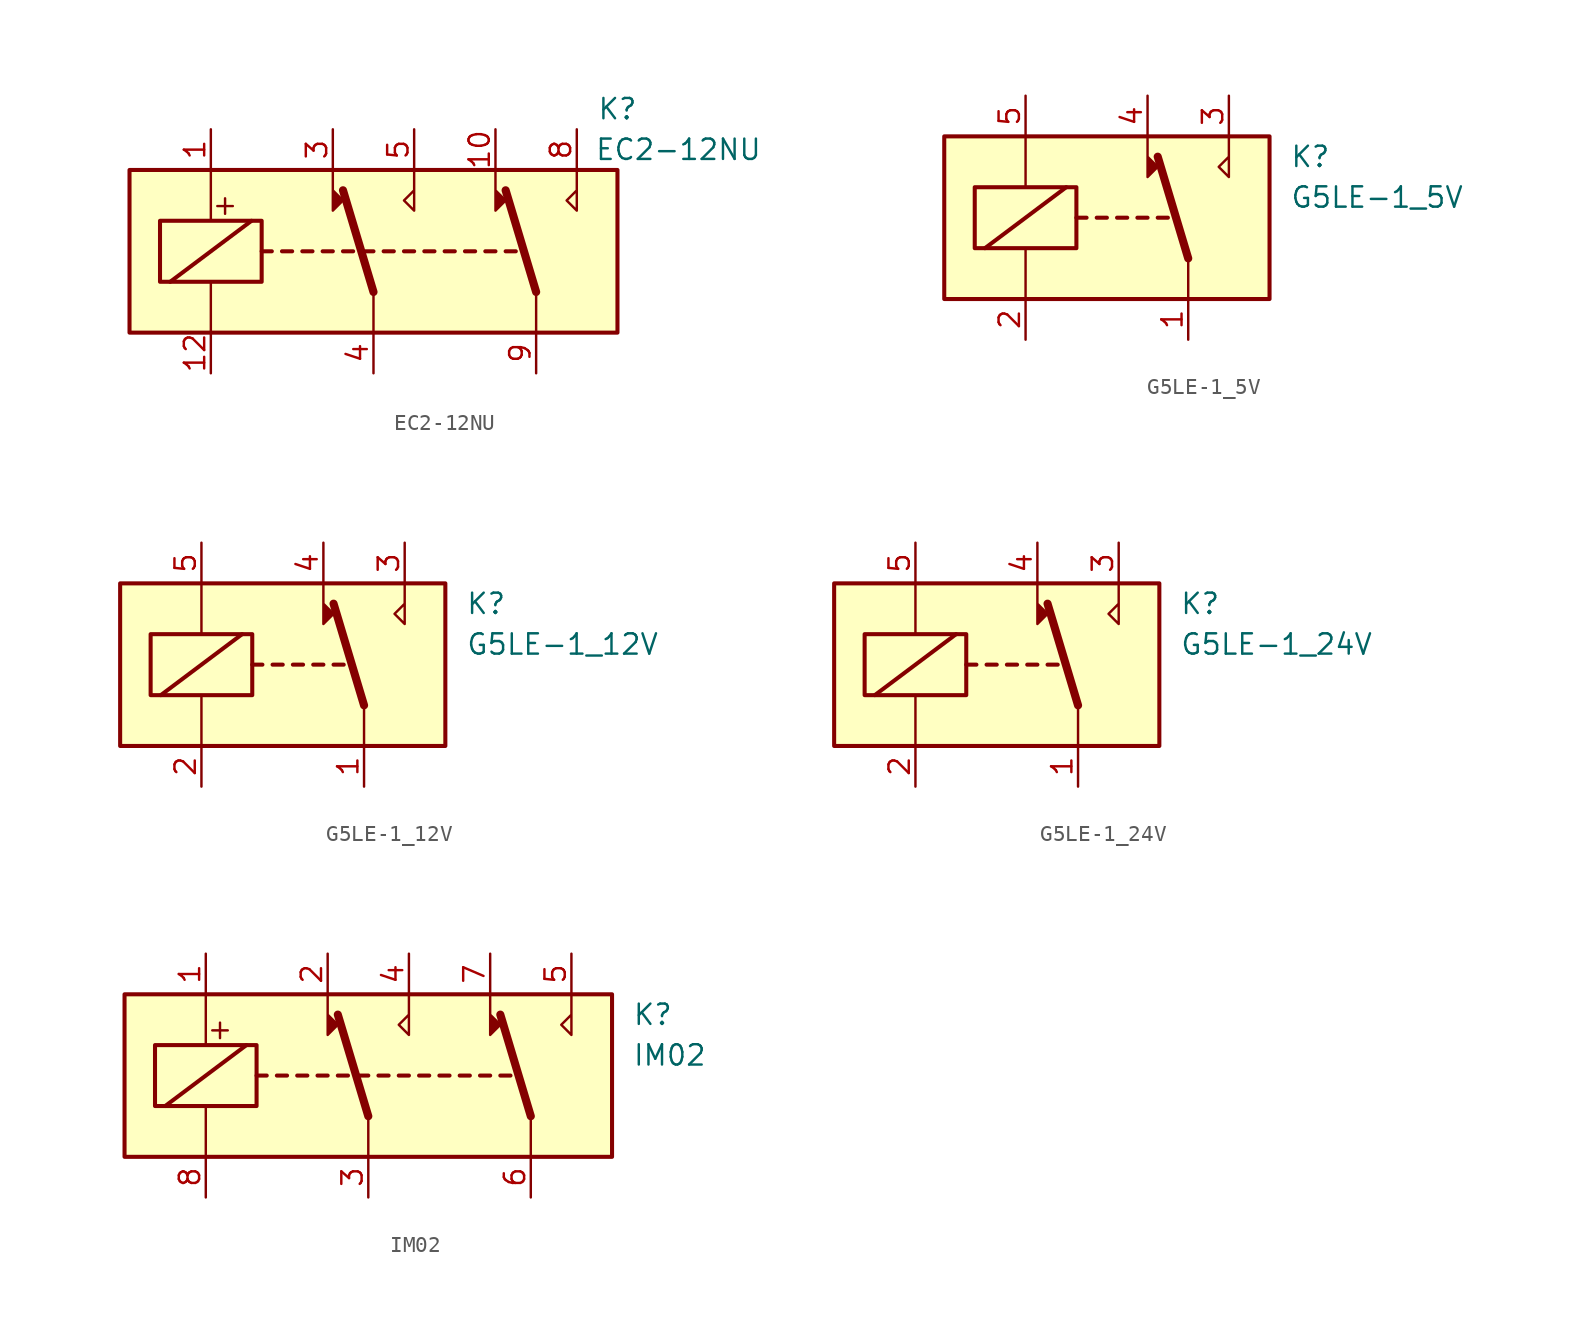
<source format=kicad_sym>
(kicad_symbol_lib
  (version 20231120)
  (generator "kicad_symbol_editor")
  (generator_version "8.0")
  (symbol "EC2-12NU"
    (property "Reference" "K"
      (at 15.24 8.89 0)
      (effects (font (size 1.27 1.27))))
    (property "Value" "EC2-12NU"
      (at 19.05 6.35 0)
      (effects (font (size 1.27 1.27))))
    (symbol "EC2-12NU_1_1"
      (rectangle (start -15.24 5.08) (end 15.24 -5.08) (stroke (width 0.254) (type default)) (fill (type background)))
      (rectangle (start -13.335 1.905) (end -6.985 -1.905) (stroke (width 0.254) (type default)) (fill (type none)))
      (polyline (pts (xy -12.7 -1.905) (xy -7.62 1.905)) (stroke (width 0.254) (type default)) (fill (type none)))
      (polyline (pts (xy -10.16 -5.08) (xy -10.16 -1.905)) (stroke (width 0) (type default)) (fill (type none)))
      (polyline (pts (xy -10.16 5.08) (xy -10.16 1.905)) (stroke (width 0) (type default)) (fill (type none)))
      (polyline (pts (xy -6.985 0) (xy -6.35 0)) (stroke (width 0.254) (type default)) (fill (type none)))
      (polyline (pts (xy -5.715 0) (xy -5.08 0)) (stroke (width 0.254) (type default)) (fill (type none)))
      (polyline (pts (xy -4.445 0) (xy -3.81 0)) (stroke (width 0.254) (type default)) (fill (type none)))
      (polyline (pts (xy -3.175 0) (xy -2.54 0)) (stroke (width 0.254) (type default)) (fill (type none)))
      (polyline (pts (xy -1.905 0) (xy -1.27 0)) (stroke (width 0.254) (type default)) (fill (type none)))
      (polyline (pts (xy -0.635 0) (xy 0 0)) (stroke (width 0.254) (type default)) (fill (type none)))
      (polyline (pts (xy 0 -2.54) (xy -1.905 3.81)) (stroke (width 0.508) (type default)) (fill (type none)))
      (polyline (pts (xy 0 -2.54) (xy 0 -5.08)) (stroke (width 0) (type default)) (fill (type none)))
      (polyline (pts (xy 0.635 0) (xy 1.27 0)) (stroke (width 0.254) (type default)) (fill (type none)))
      (polyline (pts (xy 1.905 0) (xy 2.54 0)) (stroke (width 0.254) (type default)) (fill (type none)))
      (polyline (pts (xy 3.175 0) (xy 3.81 0)) (stroke (width 0.254) (type default)) (fill (type none)))
      (polyline (pts (xy 4.445 0) (xy 5.08 0)) (stroke (width 0.254) (type default)) (fill (type none)))
      (polyline (pts (xy 5.715 0) (xy 6.35 0)) (stroke (width 0.254) (type default)) (fill (type none)))
      (polyline (pts (xy 6.985 0) (xy 7.62 0)) (stroke (width 0.254) (type default)) (fill (type none)))
      (polyline (pts (xy 8.255 0) (xy 8.89 0)) (stroke (width 0.254) (type default)) (fill (type none)))
      (polyline (pts (xy 10.16 -2.54) (xy 8.255 3.81)) (stroke (width 0.508) (type default)) (fill (type none)))
      (polyline (pts (xy 10.16 -2.54) (xy 10.16 -5.08)) (stroke (width 0) (type default)) (fill (type none)))
      (polyline (pts (xy -2.54 5.08) (xy -2.54 2.54) (xy -1.905 3.175) (xy -2.54 3.81)) (stroke (width 0) (type default)) (fill (type outline)))
      (polyline (pts (xy 2.54 5.08) (xy 2.54 2.54) (xy 1.905 3.175) (xy 2.54 3.81)) (stroke (width 0) (type default)) (fill (type none)))
      (polyline (pts (xy 7.62 5.08) (xy 7.62 2.54) (xy 8.255 3.175) (xy 7.62 3.81)) (stroke (width 0) (type default)) (fill (type outline)))
      (polyline (pts (xy 12.7 5.08) (xy 12.7 2.54) (xy 12.065 3.175) (xy 12.7 3.81)) (stroke (width 0) (type default)) (fill (type none)))
      (text "+" (at -9.271 2.921 0) (effects (font (size 1.27 1.27))))
      (pin passive line (at -10.16 7.62 270) (length 2.54) (name "~" (effects (font (size 1.27 1.27)))) (number "1" (effects (font (size 1.27 1.27)))))
      (pin passive line (at 7.62 7.62 270) (length 2.54) (name "~" (effects (font (size 1.27 1.27)))) (number "10" (effects (font (size 1.27 1.27)))))
      (pin passive line (at -10.16 -7.62 90) (length 2.54) (name "~" (effects (font (size 1.27 1.27)))) (number "12" (effects (font (size 1.27 1.27)))))
      (pin passive line (at -2.54 7.62 270) (length 2.54) (name "~" (effects (font (size 1.27 1.27)))) (number "3" (effects (font (size 1.27 1.27)))))
      (pin passive line (at 0 -7.62 90) (length 2.54) (name "~" (effects (font (size 1.27 1.27)))) (number "4" (effects (font (size 1.27 1.27)))))
      (pin passive line (at 2.54 7.62 270) (length 2.54) (name "~" (effects (font (size 1.27 1.27)))) (number "5" (effects (font (size 1.27 1.27)))))
      (pin passive line (at 12.7 7.62 270) (length 2.54) (name "~" (effects (font (size 1.27 1.27)))) (number "8" (effects (font (size 1.27 1.27)))))
      (pin passive line (at 10.16 -7.62 90) (length 2.54) (name "~" (effects (font (size 1.27 1.27)))) (number "9" (effects (font (size 1.27 1.27)))))))
  (symbol "G5LE-1_5V"
    (property "Reference" "K"
      (at 11.43 3.81 0)
      (effects (font (size 1.27 1.27)) (justify left)))
    (property "Value" "G5LE-1_5V"
      (at 11.43 1.27 0)
      (effects (font (size 1.27 1.27)) (justify left)))
    (symbol "G5LE-1_5V_0_0"
      (polyline (pts (xy 7.62 5.08) (xy 7.62 2.54) (xy 6.985 3.175) (xy 7.62 3.81)) (stroke (width 0) (type default)) (fill (type none))))
    (symbol "G5LE-1_5V_0_1"
      (rectangle (start -10.16 5.08) (end 10.16 -5.08) (stroke (width 0.254) (type default)) (fill (type background)))
      (rectangle (start -8.255 1.905) (end -1.905 -1.905) (stroke (width 0.254) (type default)) (fill (type none)))
      (polyline (pts (xy -7.62 -1.905) (xy -2.54 1.905)) (stroke (width 0.254) (type default)) (fill (type none)))
      (polyline (pts (xy -5.08 -5.08) (xy -5.08 -1.905)) (stroke (width 0) (type default)) (fill (type none)))
      (polyline (pts (xy -5.08 5.08) (xy -5.08 1.905)) (stroke (width 0) (type default)) (fill (type none)))
      (polyline (pts (xy -1.905 0) (xy -1.27 0)) (stroke (width 0.254) (type default)) (fill (type none)))
      (polyline (pts (xy -0.635 0) (xy 0 0)) (stroke (width 0.254) (type default)) (fill (type none)))
      (polyline (pts (xy 0.635 0) (xy 1.27 0)) (stroke (width 0.254) (type default)) (fill (type none)))
      (polyline (pts (xy 1.905 0) (xy 2.54 0)) (stroke (width 0.254) (type default)) (fill (type none)))
      (polyline (pts (xy 3.175 0) (xy 3.81 0)) (stroke (width 0.254) (type default)) (fill (type none)))
      (polyline (pts (xy 5.08 -2.54) (xy 3.175 3.81)) (stroke (width 0.508) (type default)) (fill (type none)))
      (polyline (pts (xy 5.08 -2.54) (xy 5.08 -5.08)) (stroke (width 0) (type default)) (fill (type none)))
      (polyline (pts (xy 2.54 5.08) (xy 2.54 2.54) (xy 3.175 3.175) (xy 2.54 3.81)) (stroke (width 0) (type default)) (fill (type outline))))
    (symbol "G5LE-1_5V_1_1"
      (pin passive line (at 5.08 -7.62 90) (length 2.54) (name "~" (effects (font (size 1.27 1.27)))) (number "1" (effects (font (size 1.27 1.27)))))
      (pin passive line (at -5.08 -7.62 90) (length 2.54) (name "~" (effects (font (size 1.27 1.27)))) (number "2" (effects (font (size 1.27 1.27)))))
      (pin passive line (at 7.62 7.62 270) (length 2.54) (name "~" (effects (font (size 1.27 1.27)))) (number "3" (effects (font (size 1.27 1.27)))))
      (pin passive line (at 2.54 7.62 270) (length 2.54) (name "~" (effects (font (size 1.27 1.27)))) (number "4" (effects (font (size 1.27 1.27)))))
      (pin passive line (at -5.08 7.62 270) (length 2.54) (name "~" (effects (font (size 1.27 1.27)))) (number "5" (effects (font (size 1.27 1.27)))))))
  (symbol "G5LE-1_12V"
    (property "Reference" "K"
      (at 11.43 3.81 0)
      (effects (font (size 1.27 1.27)) (justify left)))
    (property "Value" "G5LE-1_12V"
      (at 11.43 1.27 0)
      (effects (font (size 1.27 1.27)) (justify left)))
    (symbol "G5LE-1_12V_0_0"
      (polyline (pts (xy 7.62 5.08) (xy 7.62 2.54) (xy 6.985 3.175) (xy 7.62 3.81)) (stroke (width 0) (type default)) (fill (type none))))
    (symbol "G5LE-1_12V_0_1"
      (rectangle (start -10.16 5.08) (end 10.16 -5.08) (stroke (width 0.254) (type default)) (fill (type background)))
      (rectangle (start -8.255 1.905) (end -1.905 -1.905) (stroke (width 0.254) (type default)) (fill (type none)))
      (polyline (pts (xy -7.62 -1.905) (xy -2.54 1.905)) (stroke (width 0.254) (type default)) (fill (type none)))
      (polyline (pts (xy -5.08 -5.08) (xy -5.08 -1.905)) (stroke (width 0) (type default)) (fill (type none)))
      (polyline (pts (xy -5.08 5.08) (xy -5.08 1.905)) (stroke (width 0) (type default)) (fill (type none)))
      (polyline (pts (xy -1.905 0) (xy -1.27 0)) (stroke (width 0.254) (type default)) (fill (type none)))
      (polyline (pts (xy -0.635 0) (xy 0 0)) (stroke (width 0.254) (type default)) (fill (type none)))
      (polyline (pts (xy 0.635 0) (xy 1.27 0)) (stroke (width 0.254) (type default)) (fill (type none)))
      (polyline (pts (xy 1.905 0) (xy 2.54 0)) (stroke (width 0.254) (type default)) (fill (type none)))
      (polyline (pts (xy 3.175 0) (xy 3.81 0)) (stroke (width 0.254) (type default)) (fill (type none)))
      (polyline (pts (xy 5.08 -2.54) (xy 3.175 3.81)) (stroke (width 0.508) (type default)) (fill (type none)))
      (polyline (pts (xy 5.08 -2.54) (xy 5.08 -5.08)) (stroke (width 0) (type default)) (fill (type none)))
      (polyline (pts (xy 2.54 5.08) (xy 2.54 2.54) (xy 3.175 3.175) (xy 2.54 3.81)) (stroke (width 0) (type default)) (fill (type outline))))
    (symbol "G5LE-1_12V_1_1"
      (pin passive line (at 5.08 -7.62 90) (length 2.54) (name "~" (effects (font (size 1.27 1.27)))) (number "1" (effects (font (size 1.27 1.27)))))
      (pin passive line (at -5.08 -7.62 90) (length 2.54) (name "~" (effects (font (size 1.27 1.27)))) (number "2" (effects (font (size 1.27 1.27)))))
      (pin passive line (at 7.62 7.62 270) (length 2.54) (name "~" (effects (font (size 1.27 1.27)))) (number "3" (effects (font (size 1.27 1.27)))))
      (pin passive line (at 2.54 7.62 270) (length 2.54) (name "~" (effects (font (size 1.27 1.27)))) (number "4" (effects (font (size 1.27 1.27)))))
      (pin passive line (at -5.08 7.62 270) (length 2.54) (name "~" (effects (font (size 1.27 1.27)))) (number "5" (effects (font (size 1.27 1.27)))))))
  (symbol "G5LE-1_24V"
    (property "Reference" "K"
      (at 11.43 3.81 0)
      (effects (font (size 1.27 1.27)) (justify left)))
    (property "Value" "G5LE-1_24V"
      (at 11.43 1.27 0)
      (effects (font (size 1.27 1.27)) (justify left)))
    (symbol "G5LE-1_24V_0_0"
      (polyline (pts (xy 7.62 5.08) (xy 7.62 2.54) (xy 6.985 3.175) (xy 7.62 3.81)) (stroke (width 0) (type default)) (fill (type none))))
    (symbol "G5LE-1_24V_0_1"
      (rectangle (start -10.16 5.08) (end 10.16 -5.08) (stroke (width 0.254) (type default)) (fill (type background)))
      (rectangle (start -8.255 1.905) (end -1.905 -1.905) (stroke (width 0.254) (type default)) (fill (type none)))
      (polyline (pts (xy -7.62 -1.905) (xy -2.54 1.905)) (stroke (width 0.254) (type default)) (fill (type none)))
      (polyline (pts (xy -5.08 -5.08) (xy -5.08 -1.905)) (stroke (width 0) (type default)) (fill (type none)))
      (polyline (pts (xy -5.08 5.08) (xy -5.08 1.905)) (stroke (width 0) (type default)) (fill (type none)))
      (polyline (pts (xy -1.905 0) (xy -1.27 0)) (stroke (width 0.254) (type default)) (fill (type none)))
      (polyline (pts (xy -0.635 0) (xy 0 0)) (stroke (width 0.254) (type default)) (fill (type none)))
      (polyline (pts (xy 0.635 0) (xy 1.27 0)) (stroke (width 0.254) (type default)) (fill (type none)))
      (polyline (pts (xy 1.905 0) (xy 2.54 0)) (stroke (width 0.254) (type default)) (fill (type none)))
      (polyline (pts (xy 3.175 0) (xy 3.81 0)) (stroke (width 0.254) (type default)) (fill (type none)))
      (polyline (pts (xy 5.08 -2.54) (xy 3.175 3.81)) (stroke (width 0.508) (type default)) (fill (type none)))
      (polyline (pts (xy 5.08 -2.54) (xy 5.08 -5.08)) (stroke (width 0) (type default)) (fill (type none)))
      (polyline (pts (xy 2.54 5.08) (xy 2.54 2.54) (xy 3.175 3.175) (xy 2.54 3.81)) (stroke (width 0) (type default)) (fill (type outline))))
    (symbol "G5LE-1_24V_1_1"
      (pin passive line (at 5.08 -7.62 90) (length 2.54) (name "~" (effects (font (size 1.27 1.27)))) (number "1" (effects (font (size 1.27 1.27)))))
      (pin passive line (at -5.08 -7.62 90) (length 2.54) (name "~" (effects (font (size 1.27 1.27)))) (number "2" (effects (font (size 1.27 1.27)))))
      (pin passive line (at 7.62 7.62 270) (length 2.54) (name "~" (effects (font (size 1.27 1.27)))) (number "3" (effects (font (size 1.27 1.27)))))
      (pin passive line (at 2.54 7.62 270) (length 2.54) (name "~" (effects (font (size 1.27 1.27)))) (number "4" (effects (font (size 1.27 1.27)))))
      (pin passive line (at -5.08 7.62 270) (length 2.54) (name "~" (effects (font (size 1.27 1.27)))) (number "5" (effects (font (size 1.27 1.27)))))))
  (symbol "IM02"
    (property "Reference" "K"
      (at 16.51 3.81 0)
      (effects (font (size 1.27 1.27)) (justify left)))
    (property "Value" "IM02"
      (at 16.51 1.27 0)
      (effects (font (size 1.27 1.27)) (justify left)))
    (symbol "IM02_0_0"
      (text "+" (at -9.271 2.921 0) (effects (font (size 1.27 1.27)))))
    (symbol "IM02_0_1"
      (rectangle (start -15.24 5.08) (end 15.24 -5.08) (stroke (width 0.254) (type default)) (fill (type background)))
      (rectangle (start -13.335 1.905) (end -6.985 -1.905) (stroke (width 0.254) (type default)) (fill (type none)))
      (polyline (pts (xy -12.7 -1.905) (xy -7.62 1.905)) (stroke (width 0.254) (type default)) (fill (type none)))
      (polyline (pts (xy -10.16 -5.08) (xy -10.16 -1.905)) (stroke (width 0) (type default)) (fill (type none)))
      (polyline (pts (xy -10.16 5.08) (xy -10.16 1.905)) (stroke (width 0) (type default)) (fill (type none)))
      (polyline (pts (xy -6.985 0) (xy -6.35 0)) (stroke (width 0.254) (type default)) (fill (type none)))
      (polyline (pts (xy -5.715 0) (xy -5.08 0)) (stroke (width 0.254) (type default)) (fill (type none)))
      (polyline (pts (xy -4.445 0) (xy -3.81 0)) (stroke (width 0.254) (type default)) (fill (type none)))
      (polyline (pts (xy -3.175 0) (xy -2.54 0)) (stroke (width 0.254) (type default)) (fill (type none)))
      (polyline (pts (xy -1.905 0) (xy -1.27 0)) (stroke (width 0.254) (type default)) (fill (type none)))
      (polyline (pts (xy -0.635 0) (xy 0 0)) (stroke (width 0.254) (type default)) (fill (type none)))
      (polyline (pts (xy 0 -2.54) (xy -1.905 3.81)) (stroke (width 0.508) (type default)) (fill (type none)))
      (polyline (pts (xy 0 -2.54) (xy 0 -5.08)) (stroke (width 0) (type default)) (fill (type none)))
      (polyline (pts (xy 0.635 0) (xy 1.27 0)) (stroke (width 0.254) (type default)) (fill (type none)))
      (polyline (pts (xy 1.905 0) (xy 2.54 0)) (stroke (width 0.254) (type default)) (fill (type none)))
      (polyline (pts (xy 3.175 0) (xy 3.81 0)) (stroke (width 0.254) (type default)) (fill (type none)))
      (polyline (pts (xy 4.445 0) (xy 5.08 0)) (stroke (width 0.254) (type default)) (fill (type none)))
      (polyline (pts (xy 5.715 0) (xy 6.35 0)) (stroke (width 0.254) (type default)) (fill (type none)))
      (polyline (pts (xy 6.985 0) (xy 7.62 0)) (stroke (width 0.254) (type default)) (fill (type none)))
      (polyline (pts (xy 8.255 0) (xy 8.89 0)) (stroke (width 0.254) (type default)) (fill (type none)))
      (polyline (pts (xy 10.16 -2.54) (xy 8.255 3.81)) (stroke (width 0.508) (type default)) (fill (type none)))
      (polyline (pts (xy 10.16 -2.54) (xy 10.16 -5.08)) (stroke (width 0) (type default)) (fill (type none)))
      (polyline (pts (xy -2.54 5.08) (xy -2.54 2.54) (xy -1.905 3.175) (xy -2.54 3.81)) (stroke (width 0) (type default)) (fill (type outline)))
      (polyline (pts (xy 2.54 5.08) (xy 2.54 2.54) (xy 1.905 3.175) (xy 2.54 3.81)) (stroke (width 0) (type default)) (fill (type none)))
      (polyline (pts (xy 7.62 5.08) (xy 7.62 2.54) (xy 8.255 3.175) (xy 7.62 3.81)) (stroke (width 0) (type default)) (fill (type outline)))
      (polyline (pts (xy 12.7 5.08) (xy 12.7 2.54) (xy 12.065 3.175) (xy 12.7 3.81)) (stroke (width 0) (type default)) (fill (type none))))
    (symbol "IM02_1_1"
      (pin passive line (at -10.16 7.62 270) (length 2.54) (name "~" (effects (font (size 1.27 1.27)))) (number "1" (effects (font (size 1.27 1.27)))))
      (pin passive line (at -2.54 7.62 270) (length 2.54) (name "~" (effects (font (size 1.27 1.27)))) (number "2" (effects (font (size 1.27 1.27)))))
      (pin passive line (at 0 -7.62 90) (length 2.54) (name "~" (effects (font (size 1.27 1.27)))) (number "3" (effects (font (size 1.27 1.27)))))
      (pin passive line (at 2.54 7.62 270) (length 2.54) (name "~" (effects (font (size 1.27 1.27)))) (number "4" (effects (font (size 1.27 1.27)))))
      (pin passive line (at 12.7 7.62 270) (length 2.54) (name "~" (effects (font (size 1.27 1.27)))) (number "5" (effects (font (size 1.27 1.27)))))
      (pin passive line (at 10.16 -7.62 90) (length 2.54) (name "~" (effects (font (size 1.27 1.27)))) (number "6" (effects (font (size 1.27 1.27)))))
      (pin passive line (at 7.62 7.62 270) (length 2.54) (name "~" (effects (font (size 1.27 1.27)))) (number "7" (effects (font (size 1.27 1.27)))))
      (pin passive line (at -10.16 -7.62 90) (length 2.54) (name "~" (effects (font (size 1.27 1.27)))) (number "8" (effects (font (size 1.27 1.27))))))))
</source>
